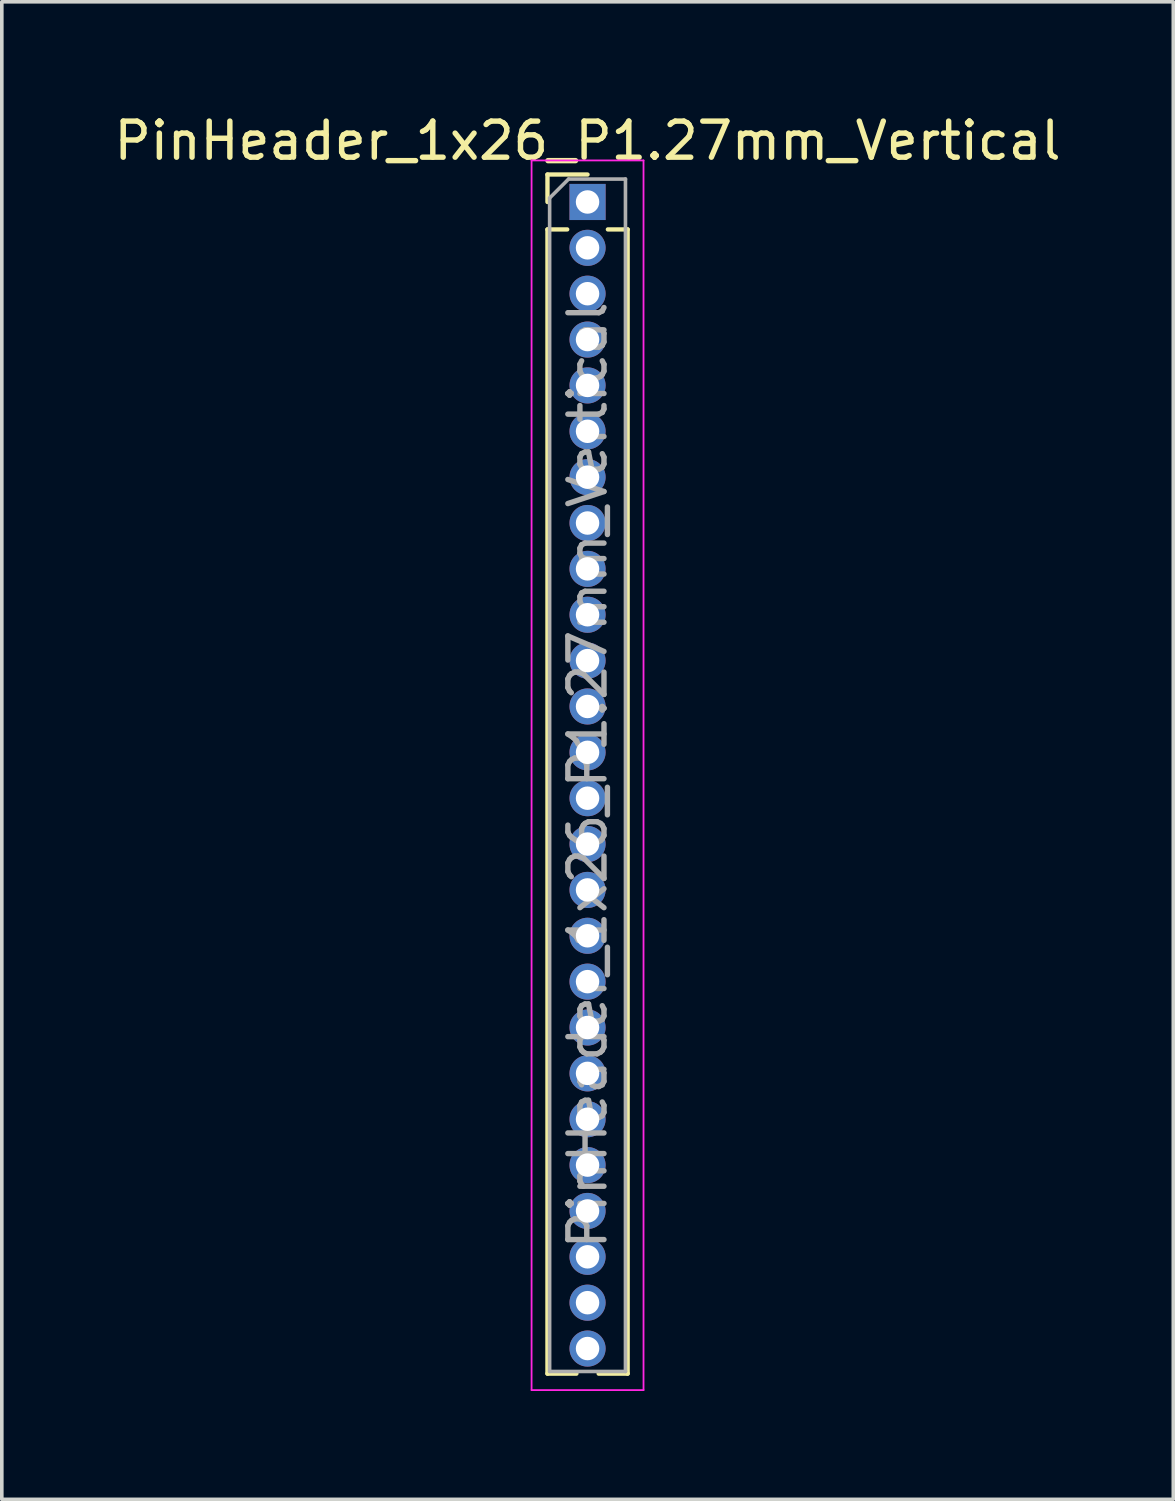
<source format=kicad_pcb>
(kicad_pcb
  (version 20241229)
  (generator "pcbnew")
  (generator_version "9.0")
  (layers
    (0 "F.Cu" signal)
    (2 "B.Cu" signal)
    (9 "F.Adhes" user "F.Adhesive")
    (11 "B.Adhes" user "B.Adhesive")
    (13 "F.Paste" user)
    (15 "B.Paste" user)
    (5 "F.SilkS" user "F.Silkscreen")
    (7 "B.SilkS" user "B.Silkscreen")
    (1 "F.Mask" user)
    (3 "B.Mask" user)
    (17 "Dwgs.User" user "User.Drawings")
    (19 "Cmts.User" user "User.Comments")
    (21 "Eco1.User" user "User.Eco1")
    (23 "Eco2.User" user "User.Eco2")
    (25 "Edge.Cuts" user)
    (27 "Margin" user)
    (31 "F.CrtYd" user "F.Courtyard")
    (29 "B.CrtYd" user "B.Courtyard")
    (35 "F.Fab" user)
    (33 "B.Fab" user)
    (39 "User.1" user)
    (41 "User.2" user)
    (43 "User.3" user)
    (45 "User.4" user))
  (footprint "PinHeader_1x26_P1.27mm_Vertical"
    (layer "F.Cu")
    (at 13.22 2.543)
    (property "Reference" "PinHeader_1x26_P1.27mm_Vertical" (at 0 -1.695 0) (layer "F.SilkS") (effects (font (size 1 1) (thickness 0.15))))
    (attr through_hole)
    (fp_line (start -1.11 -0.76) (end 0 -0.76) (stroke (width 0.12) (type solid)) (layer "F.SilkS"))
    (fp_line (start -1.11 0) (end -1.11 -0.76) (stroke (width 0.12) (type solid)) (layer "F.SilkS"))
    (fp_line (start -1.11 0.76) (end -1.11 32.445) (stroke (width 0.12) (type solid)) (layer "F.SilkS"))
    (fp_line (start -1.11 0.76) (end -0.563 0.76) (stroke (width 0.12) (type solid)) (layer "F.SilkS"))
    (fp_line (start -1.11 32.445) (end -0.308 32.445) (stroke (width 0.12) (type solid)) (layer "F.SilkS"))
    (fp_line (start 0.308 32.445) (end 1.11 32.445) (stroke (width 0.12) (type solid)) (layer "F.SilkS"))
    (fp_line (start 0.563 0.76) (end 1.11 0.76) (stroke (width 0.12) (type solid)) (layer "F.SilkS"))
    (fp_line (start 1.11 0.76) (end 1.11 32.445) (stroke (width 0.12) (type solid)) (layer "F.SilkS"))
    (fp_line (start -1.55 -1.15) (end -1.55 32.9) (stroke (width 0.05) (type solid)) (layer "F.CrtYd"))
    (fp_line (start -1.55 32.9) (end 1.55 32.9) (stroke (width 0.05) (type solid)) (layer "F.CrtYd"))
    (fp_line (start 1.55 -1.15) (end -1.55 -1.15) (stroke (width 0.05) (type solid)) (layer "F.CrtYd"))
    (fp_line (start 1.55 32.9) (end 1.55 -1.15) (stroke (width 0.05) (type solid)) (layer "F.CrtYd"))
    (fp_line (start -1.05 -0.11) (end -0.525 -0.635) (stroke (width 0.1) (type solid)) (layer "F.Fab"))
    (fp_line (start -1.05 32.385) (end -1.05 -0.11) (stroke (width 0.1) (type solid)) (layer "F.Fab"))
    (fp_line (start -0.525 -0.635) (end 1.05 -0.635) (stroke (width 0.1) (type solid)) (layer "F.Fab"))
    (fp_line (start 1.05 -0.635) (end 1.05 32.385) (stroke (width 0.1) (type solid)) (layer "F.Fab"))
    (fp_line (start 1.05 32.385) (end -1.05 32.385) (stroke (width 0.1) (type solid)) (layer "F.Fab"))
    (fp_text user "${REFERENCE}" (at 0 15.875 90) (layer "F.Fab") (effects (font (size 1 1) (thickness 0.15))))
    (pad "1" thru_hole rect (at 0 0) (size 1 1) (drill 0.65) (layers "*.Cu" "*.Mask"))
    (pad "2" thru_hole oval (at 0 1.27) (size 1 1) (drill 0.65) (layers "*.Cu" "*.Mask"))
    (pad "3" thru_hole oval (at 0 2.54) (size 1 1) (drill 0.65) (layers "*.Cu" "*.Mask"))
    (pad "4" thru_hole oval (at 0 3.81) (size 1 1) (drill 0.65) (layers "*.Cu" "*.Mask"))
    (pad "5" thru_hole oval (at 0 5.08) (size 1 1) (drill 0.65) (layers "*.Cu" "*.Mask"))
    (pad "6" thru_hole oval (at 0 6.35) (size 1 1) (drill 0.65) (layers "*.Cu" "*.Mask"))
    (pad "7" thru_hole oval (at 0 7.62) (size 1 1) (drill 0.65) (layers "*.Cu" "*.Mask"))
    (pad "8" thru_hole oval (at 0 8.89) (size 1 1) (drill 0.65) (layers "*.Cu" "*.Mask"))
    (pad "9" thru_hole oval (at 0 10.16) (size 1 1) (drill 0.65) (layers "*.Cu" "*.Mask"))
    (pad "10" thru_hole oval (at 0 11.43) (size 1 1) (drill 0.65) (layers "*.Cu" "*.Mask"))
    (pad "11" thru_hole oval (at 0 12.7) (size 1 1) (drill 0.65) (layers "*.Cu" "*.Mask"))
    (pad "12" thru_hole oval (at 0 13.97) (size 1 1) (drill 0.65) (layers "*.Cu" "*.Mask"))
    (pad "13" thru_hole oval (at 0 15.24) (size 1 1) (drill 0.65) (layers "*.Cu" "*.Mask"))
    (pad "14" thru_hole oval (at 0 16.51) (size 1 1) (drill 0.65) (layers "*.Cu" "*.Mask"))
    (pad "15" thru_hole oval (at 0 17.78) (size 1 1) (drill 0.65) (layers "*.Cu" "*.Mask"))
    (pad "16" thru_hole oval (at 0 19.05) (size 1 1) (drill 0.65) (layers "*.Cu" "*.Mask"))
    (pad "17" thru_hole oval (at 0 20.32) (size 1 1) (drill 0.65) (layers "*.Cu" "*.Mask"))
    (pad "18" thru_hole oval (at 0 21.59) (size 1 1) (drill 0.65) (layers "*.Cu" "*.Mask"))
    (pad "19" thru_hole oval (at 0 22.86) (size 1 1) (drill 0.65) (layers "*.Cu" "*.Mask"))
    (pad "20" thru_hole oval (at 0 24.13) (size 1 1) (drill 0.65) (layers "*.Cu" "*.Mask"))
    (pad "21" thru_hole oval (at 0 25.4) (size 1 1) (drill 0.65) (layers "*.Cu" "*.Mask"))
    (pad "22" thru_hole oval (at 0 26.67) (size 1 1) (drill 0.65) (layers "*.Cu" "*.Mask"))
    (pad "23" thru_hole oval (at 0 27.94) (size 1 1) (drill 0.65) (layers "*.Cu" "*.Mask"))
    (pad "24" thru_hole oval (at 0 29.21) (size 1 1) (drill 0.65) (layers "*.Cu" "*.Mask"))
    (pad "25" thru_hole oval (at 0 30.48) (size 1 1) (drill 0.65) (layers "*.Cu" "*.Mask"))
    (pad "26" thru_hole oval (at 0 31.75) (size 1 1) (drill 0.65) (layers "*.Cu" "*.Mask")))
  (gr_rect
    (start -3 -3)
    (end 29.44 38.468)
    (stroke (width 0.1) (type default))
    (fill no)
    (layer "Edge.Cuts")))
</source>
